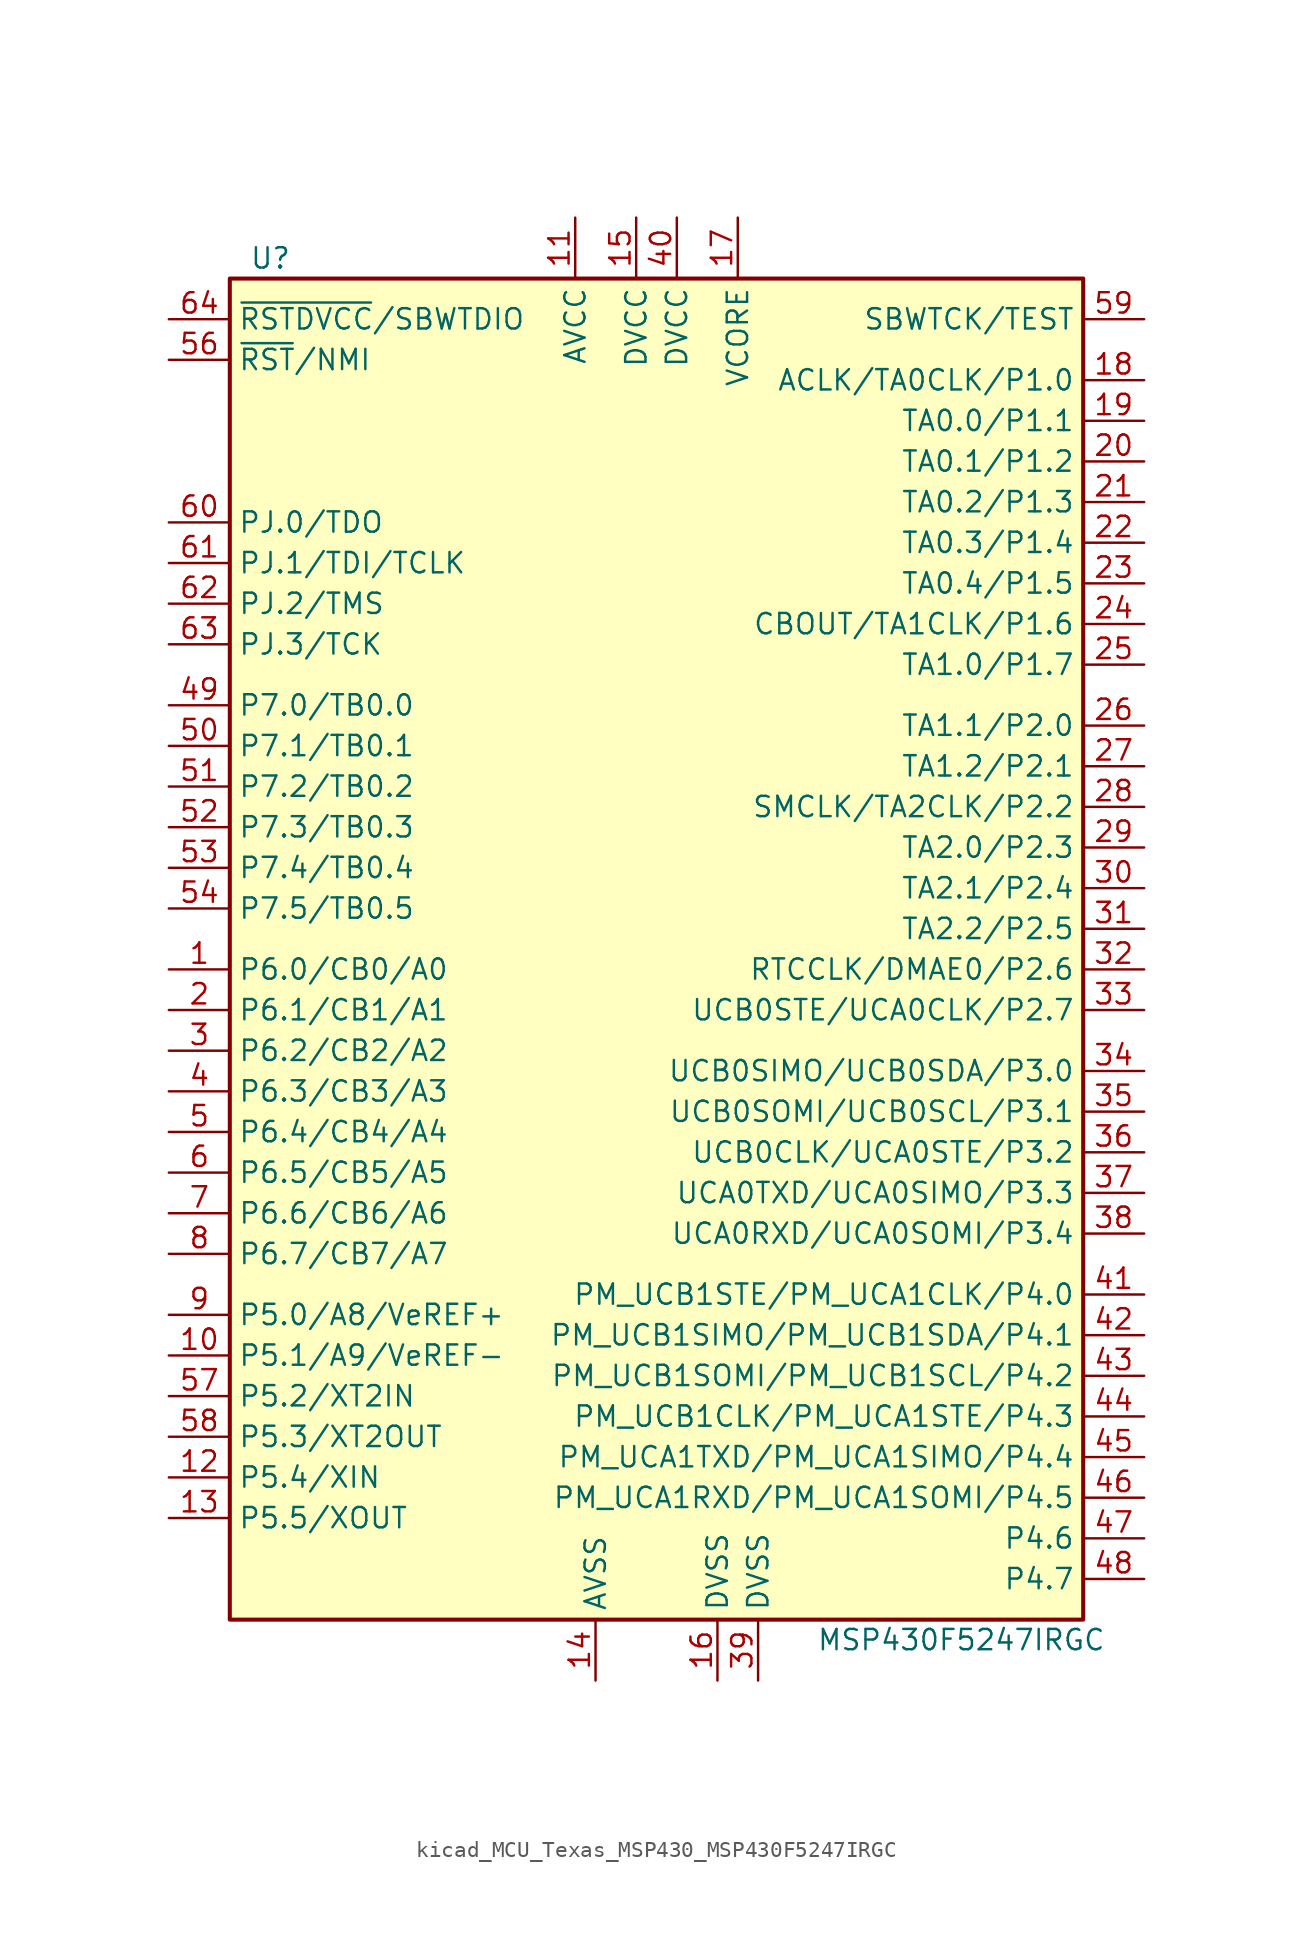
<source format=kicad_sym>
(kicad_symbol_lib
  (version 20220914)
  (generator kicad_symbol_editor)
  (symbol "kicad_MCU_Texas_MSP430_MSP430F5247IRGC"
    (property "Reference" "U"
      (at -24.13 43.18 0)
      (effects (font (size 1.27 1.27))))
    (property "Value" "MSP430F5247IRGC"
      (at 19.05 -43.18 0)
      (effects (font (size 1.27 1.27))))
    (symbol "kicad_MCU_Texas_MSP430_MSP430F5247IRGC_0_1"
      (rectangle (start -26.67 41.91) (end 26.67 -41.91) (stroke (width 0.254) (type default)) (fill (type background))))
    (symbol "kicad_MCU_Texas_MSP430_MSP430F5247IRGC_1_1"
      (pin bidirectional line (at -30.48 -1.27 0) (length 3.81) (name "P6.0/CB0/A0" (effects (font (size 1.27 1.27)))) (number "1" (effects (font (size 1.27 1.27)))))
      (pin bidirectional line (at -30.48 -25.4 0) (length 3.81) (name "P5.1/A9/VeREF-" (effects (font (size 1.27 1.27)))) (number "10" (effects (font (size 1.27 1.27)))))
      (pin power_in line (at -5.08 45.72 270) (length 3.81) (name "AVCC" (effects (font (size 1.27 1.27)))) (number "11" (effects (font (size 1.27 1.27)))))
      (pin bidirectional line (at -30.48 -33.02 0) (length 3.81) (name "P5.4/XIN" (effects (font (size 1.27 1.27)))) (number "12" (effects (font (size 1.27 1.27)))))
      (pin bidirectional line (at -30.48 -35.56 0) (length 3.81) (name "P5.5/XOUT" (effects (font (size 1.27 1.27)))) (number "13" (effects (font (size 1.27 1.27)))))
      (pin power_in line (at -3.81 -45.72 90) (length 3.81) (name "AVSS" (effects (font (size 1.27 1.27)))) (number "14" (effects (font (size 1.27 1.27)))))
      (pin power_in line (at -1.27 45.72 270) (length 3.81) (name "DVCC" (effects (font (size 1.27 1.27)))) (number "15" (effects (font (size 1.27 1.27)))))
      (pin power_in line (at 3.81 -45.72 90) (length 3.81) (name "DVSS" (effects (font (size 1.27 1.27)))) (number "16" (effects (font (size 1.27 1.27)))))
      (pin power_in line (at 5.08 45.72 270) (length 3.81) (name "VCORE" (effects (font (size 1.27 1.27)))) (number "17" (effects (font (size 1.27 1.27)))))
      (pin bidirectional line (at 30.48 35.56 180) (length 3.81) (name "ACLK/TA0CLK/P1.0" (effects (font (size 1.27 1.27)))) (number "18" (effects (font (size 1.27 1.27)))))
      (pin bidirectional line (at 30.48 33.02 180) (length 3.81) (name "TA0.0/P1.1" (effects (font (size 1.27 1.27)))) (number "19" (effects (font (size 1.27 1.27)))))
      (pin bidirectional line (at -30.48 -3.81 0) (length 3.81) (name "P6.1/CB1/A1" (effects (font (size 1.27 1.27)))) (number "2" (effects (font (size 1.27 1.27)))))
      (pin bidirectional line (at 30.48 30.48 180) (length 3.81) (name "TA0.1/P1.2" (effects (font (size 1.27 1.27)))) (number "20" (effects (font (size 1.27 1.27)))))
      (pin bidirectional line (at 30.48 27.94 180) (length 3.81) (name "TA0.2/P1.3" (effects (font (size 1.27 1.27)))) (number "21" (effects (font (size 1.27 1.27)))))
      (pin bidirectional line (at 30.48 25.4 180) (length 3.81) (name "TA0.3/P1.4" (effects (font (size 1.27 1.27)))) (number "22" (effects (font (size 1.27 1.27)))))
      (pin bidirectional line (at 30.48 22.86 180) (length 3.81) (name "TA0.4/P1.5" (effects (font (size 1.27 1.27)))) (number "23" (effects (font (size 1.27 1.27)))))
      (pin bidirectional line (at 30.48 20.32 180) (length 3.81) (name "CBOUT/TA1CLK/P1.6" (effects (font (size 1.27 1.27)))) (number "24" (effects (font (size 1.27 1.27)))))
      (pin bidirectional line (at 30.48 17.78 180) (length 3.81) (name "TA1.0/P1.7" (effects (font (size 1.27 1.27)))) (number "25" (effects (font (size 1.27 1.27)))))
      (pin bidirectional line (at 30.48 13.97 180) (length 3.81) (name "TA1.1/P2.0" (effects (font (size 1.27 1.27)))) (number "26" (effects (font (size 1.27 1.27)))))
      (pin bidirectional line (at 30.48 11.43 180) (length 3.81) (name "TA1.2/P2.1" (effects (font (size 1.27 1.27)))) (number "27" (effects (font (size 1.27 1.27)))))
      (pin bidirectional line (at 30.48 8.89 180) (length 3.81) (name "SMCLK/TA2CLK/P2.2" (effects (font (size 1.27 1.27)))) (number "28" (effects (font (size 1.27 1.27)))))
      (pin bidirectional line (at 30.48 6.35 180) (length 3.81) (name "TA2.0/P2.3" (effects (font (size 1.27 1.27)))) (number "29" (effects (font (size 1.27 1.27)))))
      (pin bidirectional line (at -30.48 -6.35 0) (length 3.81) (name "P6.2/CB2/A2" (effects (font (size 1.27 1.27)))) (number "3" (effects (font (size 1.27 1.27)))))
      (pin bidirectional line (at 30.48 3.81 180) (length 3.81) (name "TA2.1/P2.4" (effects (font (size 1.27 1.27)))) (number "30" (effects (font (size 1.27 1.27)))))
      (pin bidirectional line (at 30.48 1.27 180) (length 3.81) (name "TA2.2/P2.5" (effects (font (size 1.27 1.27)))) (number "31" (effects (font (size 1.27 1.27)))))
      (pin bidirectional line (at 30.48 -1.27 180) (length 3.81) (name "RTCCLK/DMAE0/P2.6" (effects (font (size 1.27 1.27)))) (number "32" (effects (font (size 1.27 1.27)))))
      (pin bidirectional line (at 30.48 -3.81 180) (length 3.81) (name "UCB0STE/UCA0CLK/P2.7" (effects (font (size 1.27 1.27)))) (number "33" (effects (font (size 1.27 1.27)))))
      (pin bidirectional line (at 30.48 -7.62 180) (length 3.81) (name "UCB0SIMO/UCB0SDA/P3.0" (effects (font (size 1.27 1.27)))) (number "34" (effects (font (size 1.27 1.27)))))
      (pin bidirectional line (at 30.48 -10.16 180) (length 3.81) (name "UCB0SOMI/UCB0SCL/P3.1" (effects (font (size 1.27 1.27)))) (number "35" (effects (font (size 1.27 1.27)))))
      (pin bidirectional line (at 30.48 -12.7 180) (length 3.81) (name "UCB0CLK/UCA0STE/P3.2" (effects (font (size 1.27 1.27)))) (number "36" (effects (font (size 1.27 1.27)))))
      (pin bidirectional line (at 30.48 -15.24 180) (length 3.81) (name "UCA0TXD/UCA0SIMO/P3.3" (effects (font (size 1.27 1.27)))) (number "37" (effects (font (size 1.27 1.27)))))
      (pin bidirectional line (at 30.48 -17.78 180) (length 3.81) (name "UCA0RXD/UCA0SOMI/P3.4" (effects (font (size 1.27 1.27)))) (number "38" (effects (font (size 1.27 1.27)))))
      (pin power_in line (at 6.35 -45.72 90) (length 3.81) (name "DVSS" (effects (font (size 1.27 1.27)))) (number "39" (effects (font (size 1.27 1.27)))))
      (pin bidirectional line (at -30.48 -8.89 0) (length 3.81) (name "P6.3/CB3/A3" (effects (font (size 1.27 1.27)))) (number "4" (effects (font (size 1.27 1.27)))))
      (pin power_in line (at 1.27 45.72 270) (length 3.81) (name "DVCC" (effects (font (size 1.27 1.27)))) (number "40" (effects (font (size 1.27 1.27)))))
      (pin bidirectional line (at 30.48 -21.59 180) (length 3.81) (name "PM_UCB1STE/PM_UCA1CLK/P4.0" (effects (font (size 1.27 1.27)))) (number "41" (effects (font (size 1.27 1.27)))))
      (pin bidirectional line (at 30.48 -24.13 180) (length 3.81) (name "PM_UCB1SIMO/PM_UCB1SDA/P4.1" (effects (font (size 1.27 1.27)))) (number "42" (effects (font (size 1.27 1.27)))))
      (pin bidirectional line (at 30.48 -26.67 180) (length 3.81) (name "PM_UCB1SOMI/PM_UCB1SCL/P4.2" (effects (font (size 1.27 1.27)))) (number "43" (effects (font (size 1.27 1.27)))))
      (pin bidirectional line (at 30.48 -29.21 180) (length 3.81) (name "PM_UCB1CLK/PM_UCA1STE/P4.3" (effects (font (size 1.27 1.27)))) (number "44" (effects (font (size 1.27 1.27)))))
      (pin bidirectional line (at 30.48 -31.75 180) (length 3.81) (name "PM_UCA1TXD/PM_UCA1SIMO/P4.4" (effects (font (size 1.27 1.27)))) (number "45" (effects (font (size 1.27 1.27)))))
      (pin bidirectional line (at 30.48 -34.29 180) (length 3.81) (name "PM_UCA1RXD/PM_UCA1SOMI/P4.5" (effects (font (size 1.27 1.27)))) (number "46" (effects (font (size 1.27 1.27)))))
      (pin bidirectional line (at 30.48 -36.83 180) (length 3.81) (name "P4.6" (effects (font (size 1.27 1.27)))) (number "47" (effects (font (size 1.27 1.27)))))
      (pin bidirectional line (at 30.48 -39.37 180) (length 3.81) (name "P4.7" (effects (font (size 1.27 1.27)))) (number "48" (effects (font (size 1.27 1.27)))))
      (pin bidirectional line (at -30.48 15.24 0) (length 3.81) (name "P7.0/TB0.0" (effects (font (size 1.27 1.27)))) (number "49" (effects (font (size 1.27 1.27)))))
      (pin bidirectional line (at -30.48 -11.43 0) (length 3.81) (name "P6.4/CB4/A4" (effects (font (size 1.27 1.27)))) (number "5" (effects (font (size 1.27 1.27)))))
      (pin bidirectional line (at -30.48 12.7 0) (length 3.81) (name "P7.1/TB0.1" (effects (font (size 1.27 1.27)))) (number "50" (effects (font (size 1.27 1.27)))))
      (pin bidirectional line (at -30.48 10.16 0) (length 3.81) (name "P7.2/TB0.2" (effects (font (size 1.27 1.27)))) (number "51" (effects (font (size 1.27 1.27)))))
      (pin bidirectional line (at -30.48 7.62 0) (length 3.81) (name "P7.3/TB0.3" (effects (font (size 1.27 1.27)))) (number "52" (effects (font (size 1.27 1.27)))))
      (pin bidirectional line (at -30.48 5.08 0) (length 3.81) (name "P7.4/TB0.4" (effects (font (size 1.27 1.27)))) (number "53" (effects (font (size 1.27 1.27)))))
      (pin bidirectional line (at -30.48 2.54 0) (length 3.81) (name "P7.5/TB0.5" (effects (font (size 1.27 1.27)))) (number "54" (effects (font (size 1.27 1.27)))))
      (pin input line (at -30.48 36.83 0) (length 3.81) (name "~{RST}/NMI" (effects (font (size 1.27 1.27)))) (number "56" (effects (font (size 1.27 1.27)))))
      (pin bidirectional line (at -30.48 -27.94 0) (length 3.81) (name "P5.2/XT2IN" (effects (font (size 1.27 1.27)))) (number "57" (effects (font (size 1.27 1.27)))))
      (pin bidirectional line (at -30.48 -30.48 0) (length 3.81) (name "P5.3/XT2OUT" (effects (font (size 1.27 1.27)))) (number "58" (effects (font (size 1.27 1.27)))))
      (pin input line (at 30.48 39.37 180) (length 3.81) (name "SBWTCK/TEST" (effects (font (size 1.27 1.27)))) (number "59" (effects (font (size 1.27 1.27)))))
      (pin bidirectional line (at -30.48 -13.97 0) (length 3.81) (name "P6.5/CB5/A5" (effects (font (size 1.27 1.27)))) (number "6" (effects (font (size 1.27 1.27)))))
      (pin bidirectional line (at -30.48 26.67 0) (length 3.81) (name "PJ.0/TDO" (effects (font (size 1.27 1.27)))) (number "60" (effects (font (size 1.27 1.27)))))
      (pin bidirectional line (at -30.48 24.13 0) (length 3.81) (name "PJ.1/TDI/TCLK" (effects (font (size 1.27 1.27)))) (number "61" (effects (font (size 1.27 1.27)))))
      (pin bidirectional line (at -30.48 21.59 0) (length 3.81) (name "PJ.2/TMS" (effects (font (size 1.27 1.27)))) (number "62" (effects (font (size 1.27 1.27)))))
      (pin bidirectional line (at -30.48 19.05 0) (length 3.81) (name "PJ.3/TCK" (effects (font (size 1.27 1.27)))) (number "63" (effects (font (size 1.27 1.27)))))
      (pin bidirectional line (at -30.48 39.37 0) (length 3.81) (name "~{RSTDVCC}/SBWTDIO" (effects (font (size 1.27 1.27)))) (number "64" (effects (font (size 1.27 1.27)))))
      (pin bidirectional line (at -30.48 -16.51 0) (length 3.81) (name "P6.6/CB6/A6" (effects (font (size 1.27 1.27)))) (number "7" (effects (font (size 1.27 1.27)))))
      (pin bidirectional line (at -30.48 -19.05 0) (length 3.81) (name "P6.7/CB7/A7" (effects (font (size 1.27 1.27)))) (number "8" (effects (font (size 1.27 1.27)))))
      (pin bidirectional line (at -30.48 -22.86 0) (length 3.81) (name "P5.0/A8/VeREF+" (effects (font (size 1.27 1.27)))) (number "9" (effects (font (size 1.27 1.27))))))))
</source>
